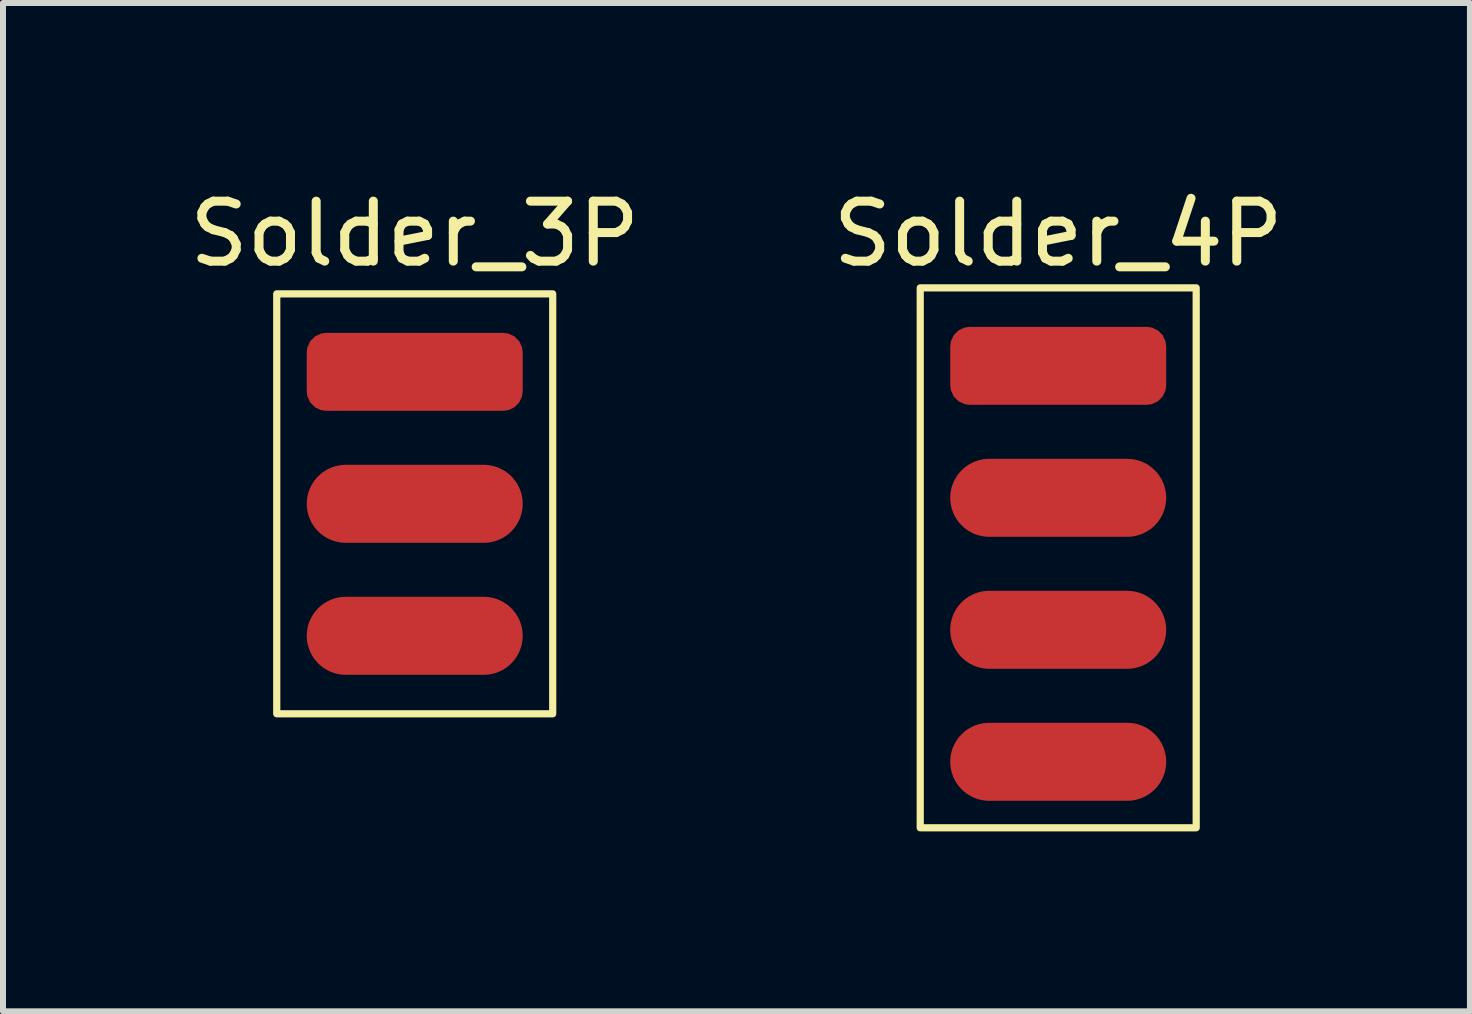
<source format=kicad_pcb>
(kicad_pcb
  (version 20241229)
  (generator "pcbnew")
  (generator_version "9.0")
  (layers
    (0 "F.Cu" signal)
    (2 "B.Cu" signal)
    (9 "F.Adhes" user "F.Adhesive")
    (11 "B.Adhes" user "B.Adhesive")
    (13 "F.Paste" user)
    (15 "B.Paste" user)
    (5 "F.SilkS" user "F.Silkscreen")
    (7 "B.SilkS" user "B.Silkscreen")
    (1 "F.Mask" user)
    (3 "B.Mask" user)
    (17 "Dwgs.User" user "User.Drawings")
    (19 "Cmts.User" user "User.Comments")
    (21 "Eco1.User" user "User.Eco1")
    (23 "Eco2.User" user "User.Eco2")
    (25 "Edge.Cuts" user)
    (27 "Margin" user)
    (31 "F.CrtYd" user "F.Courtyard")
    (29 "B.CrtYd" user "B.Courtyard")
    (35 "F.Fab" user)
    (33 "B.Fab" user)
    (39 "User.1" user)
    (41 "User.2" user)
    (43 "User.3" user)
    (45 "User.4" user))
  (footprint "Solder_4P"
    (layer "F.Cu")
    (at 14.589 6.348)
    (property "Reference" "Solder_4P" (at 0 -5.5 0) (layer "F.SilkS") (effects (font (size 1 1) (thickness 0.15))))
    (attr smd)
    (fp_rect (start -2.3 -4.6) (end 2.3 4.4) (stroke (width 0.12) (type solid)) (fill no) (layer "F.SilkS"))
    (pad "1" smd roundrect (at 0 -3.3) (size 3.6 1.3) (layers "F.Cu" "F.Mask" "F.Paste") (roundrect_rratio 0.25))
    (pad "2" smd oval (at 0 -1.1) (size 3.6 1.3) (layers "F.Cu" "F.Mask" "F.Paste"))
    (pad "3" smd oval (at 0 1.1) (size 3.6 1.3) (layers "F.Cu" "F.Mask" "F.Paste"))
    (pad "4" smd oval (at 0 3.3) (size 3.6 1.3) (layers "F.Cu" "F.Mask" "F.Paste")))
  (footprint "Solder_3P"
    (layer "F.Cu")
    (at 3.863 5.348)
    (property "Reference" "Solder_3P" (at 0 -4.5 0) (layer "F.SilkS") (effects (font (size 1 1) (thickness 0.15))))
    (attr smd)
    (fp_rect (start -2.3 -3.5) (end 2.3 3.5) (stroke (width 0.12) (type solid)) (fill no) (layer "F.SilkS"))
    (pad "1" smd roundrect (at 0 -2.2) (size 3.6 1.3) (layers "F.Cu" "F.Mask" "F.Paste") (roundrect_rratio 0.25))
    (pad "2" smd oval (at 0 0) (size 3.6 1.3) (layers "F.Cu" "F.Mask" "F.Paste"))
    (pad "3" smd oval (at 0 2.2) (size 3.6 1.3) (layers "F.Cu" "F.Mask" "F.Paste")))
  (gr_rect
    (start -3 -3)
    (end 21.452 13.808)
    (stroke (width 0.1) (type default))
    (fill no)
    (layer "Edge.Cuts")))
</source>
